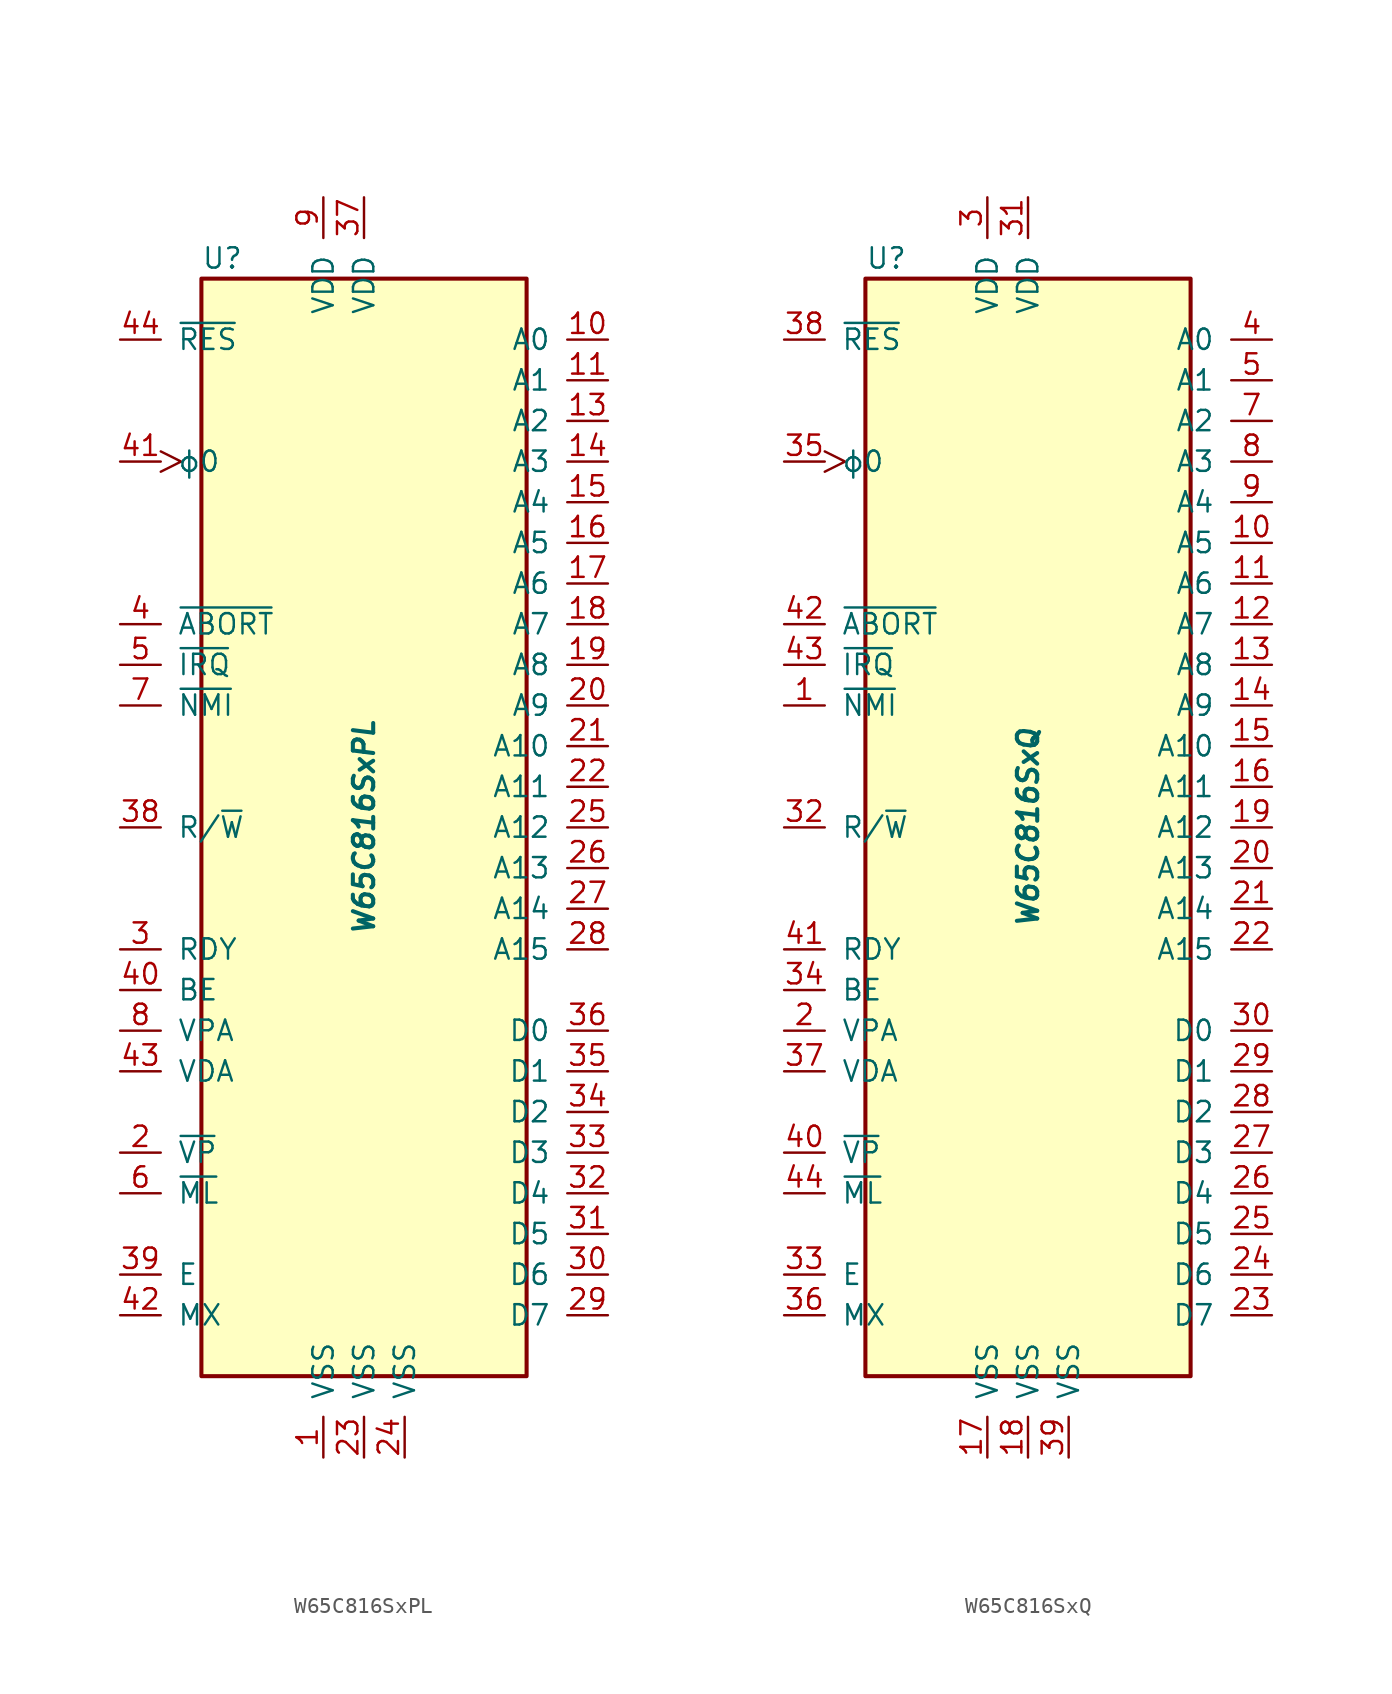
<source format=kicad_sym>
(kicad_symbol_lib
  (version 20211014)
  (generator kicad_symbol_editor)
  (symbol "W65C816SxPL"
    (pin_names
      (offset 1.016))
    (property "Reference" "U"
      (at -10.16 35.56 0)
      (effects (font (size 1.27 1.27)) (justify left)))
    (property "Value" "W65C816SxPL"
      (at 0 0 90)
      (effects (font (size 1.27 1.27) bold italic)))
    (symbol "W65C816SxPL_0_1"
      (rectangle (start -10.16 34.29) (end 10.16 -34.29) (stroke (width 0.254) (type default) (color 0 0 0 0)) (fill (type background))))
    (symbol "W65C816SxPL_1_1"
      (pin power_in line (at -2.54 -39.37 90) (length 2.54) (name "VSS" (effects (font (size 1.27 1.27)))) (number "1" (effects (font (size 1.27 1.27)))))
      (pin tri_state line (at 15.24 30.48 180) (length 2.54) (name "A0" (effects (font (size 1.27 1.27)))) (number "10" (effects (font (size 1.27 1.27)))))
      (pin tri_state line (at 15.24 27.94 180) (length 2.54) (name "A1" (effects (font (size 1.27 1.27)))) (number "11" (effects (font (size 1.27 1.27)))))
      (pin no_connect non_logic (at -10.16 -25.4 0) (length 2.54) hide (name "nc" (effects (font (size 1.27 1.27)))) (number "12" (effects (font (size 1.27 1.27)))))
      (pin tri_state line (at 15.24 25.4 180) (length 2.54) (name "A2" (effects (font (size 1.27 1.27)))) (number "13" (effects (font (size 1.27 1.27)))))
      (pin tri_state line (at 15.24 22.86 180) (length 2.54) (name "A3" (effects (font (size 1.27 1.27)))) (number "14" (effects (font (size 1.27 1.27)))))
      (pin tri_state line (at 15.24 20.32 180) (length 2.54) (name "A4" (effects (font (size 1.27 1.27)))) (number "15" (effects (font (size 1.27 1.27)))))
      (pin tri_state line (at 15.24 17.78 180) (length 2.54) (name "A5" (effects (font (size 1.27 1.27)))) (number "16" (effects (font (size 1.27 1.27)))))
      (pin tri_state line (at 15.24 15.24 180) (length 2.54) (name "A6" (effects (font (size 1.27 1.27)))) (number "17" (effects (font (size 1.27 1.27)))))
      (pin tri_state line (at 15.24 12.7 180) (length 2.54) (name "A7" (effects (font (size 1.27 1.27)))) (number "18" (effects (font (size 1.27 1.27)))))
      (pin tri_state line (at 15.24 10.16 180) (length 2.54) (name "A8" (effects (font (size 1.27 1.27)))) (number "19" (effects (font (size 1.27 1.27)))))
      (pin output line (at -15.24 -20.32 0) (length 2.54) (name "~{VP}" (effects (font (size 1.27 1.27)))) (number "2" (effects (font (size 1.27 1.27)))))
      (pin tri_state line (at 15.24 7.62 180) (length 2.54) (name "A9" (effects (font (size 1.27 1.27)))) (number "20" (effects (font (size 1.27 1.27)))))
      (pin tri_state line (at 15.24 5.08 180) (length 2.54) (name "A10" (effects (font (size 1.27 1.27)))) (number "21" (effects (font (size 1.27 1.27)))))
      (pin tri_state line (at 15.24 2.54 180) (length 2.54) (name "A11" (effects (font (size 1.27 1.27)))) (number "22" (effects (font (size 1.27 1.27)))))
      (pin power_in line (at 0 -39.37 90) (length 2.54) (name "VSS" (effects (font (size 1.27 1.27)))) (number "23" (effects (font (size 1.27 1.27)))))
      (pin power_in line (at 2.54 -39.37 90) (length 2.54) (name "VSS" (effects (font (size 1.27 1.27)))) (number "24" (effects (font (size 1.27 1.27)))))
      (pin tri_state line (at 15.24 0 180) (length 2.54) (name "A12" (effects (font (size 1.27 1.27)))) (number "25" (effects (font (size 1.27 1.27)))))
      (pin tri_state line (at 15.24 -2.54 180) (length 2.54) (name "A13" (effects (font (size 1.27 1.27)))) (number "26" (effects (font (size 1.27 1.27)))))
      (pin tri_state line (at 15.24 -5.08 180) (length 2.54) (name "A14" (effects (font (size 1.27 1.27)))) (number "27" (effects (font (size 1.27 1.27)))))
      (pin tri_state line (at 15.24 -7.62 180) (length 2.54) (name "A15" (effects (font (size 1.27 1.27)))) (number "28" (effects (font (size 1.27 1.27)))))
      (pin bidirectional line (at 15.24 -30.48 180) (length 2.54) (name "D7" (effects (font (size 1.27 1.27)))) (number "29" (effects (font (size 1.27 1.27)))))
      (pin open_collector line (at -15.24 -7.62 0) (length 2.54) (name "RDY" (effects (font (size 1.27 1.27)))) (number "3" (effects (font (size 1.27 1.27)))))
      (pin bidirectional line (at 15.24 -27.94 180) (length 2.54) (name "D6" (effects (font (size 1.27 1.27)))) (number "30" (effects (font (size 1.27 1.27)))))
      (pin bidirectional line (at 15.24 -25.4 180) (length 2.54) (name "D5" (effects (font (size 1.27 1.27)))) (number "31" (effects (font (size 1.27 1.27)))))
      (pin bidirectional line (at 15.24 -22.86 180) (length 2.54) (name "D4" (effects (font (size 1.27 1.27)))) (number "32" (effects (font (size 1.27 1.27)))))
      (pin bidirectional line (at 15.24 -20.32 180) (length 2.54) (name "D3" (effects (font (size 1.27 1.27)))) (number "33" (effects (font (size 1.27 1.27)))))
      (pin bidirectional line (at 15.24 -17.78 180) (length 2.54) (name "D2" (effects (font (size 1.27 1.27)))) (number "34" (effects (font (size 1.27 1.27)))))
      (pin bidirectional line (at 15.24 -15.24 180) (length 2.54) (name "D1" (effects (font (size 1.27 1.27)))) (number "35" (effects (font (size 1.27 1.27)))))
      (pin bidirectional line (at 15.24 -12.7 180) (length 2.54) (name "D0" (effects (font (size 1.27 1.27)))) (number "36" (effects (font (size 1.27 1.27)))))
      (pin power_in line (at 0 39.37 270) (length 2.54) (name "VDD" (effects (font (size 1.27 1.27)))) (number "37" (effects (font (size 1.27 1.27)))))
      (pin tri_state line (at -15.24 0 0) (length 2.54) (name "R/~{W}" (effects (font (size 1.27 1.27)))) (number "38" (effects (font (size 1.27 1.27)))))
      (pin output line (at -15.24 -27.94 0) (length 2.54) (name "E" (effects (font (size 1.27 1.27)))) (number "39" (effects (font (size 1.27 1.27)))))
      (pin input line (at -15.24 12.7 0) (length 2.54) (name "~{ABORT}" (effects (font (size 1.27 1.27)))) (number "4" (effects (font (size 1.27 1.27)))))
      (pin input line (at -15.24 -10.16 0) (length 2.54) (name "BE" (effects (font (size 1.27 1.27)))) (number "40" (effects (font (size 1.27 1.27)))))
      (pin input clock (at -15.24 22.86 0) (length 2.54) (name "ϕ0" (effects (font (size 1.27 1.27)))) (number "41" (effects (font (size 1.27 1.27)))))
      (pin output line (at -15.24 -30.48 0) (length 2.54) (name "MX" (effects (font (size 1.27 1.27)))) (number "42" (effects (font (size 1.27 1.27)))))
      (pin output line (at -15.24 -15.24 0) (length 2.54) (name "VDA" (effects (font (size 1.27 1.27)))) (number "43" (effects (font (size 1.27 1.27)))))
      (pin input line (at -15.24 30.48 0) (length 2.54) (name "~{RES}" (effects (font (size 1.27 1.27)))) (number "44" (effects (font (size 1.27 1.27)))))
      (pin input line (at -15.24 10.16 0) (length 2.54) (name "~{IRQ}" (effects (font (size 1.27 1.27)))) (number "5" (effects (font (size 1.27 1.27)))))
      (pin output line (at -15.24 -22.86 0) (length 2.54) (name "~{ML}" (effects (font (size 1.27 1.27)))) (number "6" (effects (font (size 1.27 1.27)))))
      (pin input line (at -15.24 7.62 0) (length 2.54) (name "~{NMI}" (effects (font (size 1.27 1.27)))) (number "7" (effects (font (size 1.27 1.27)))))
      (pin output line (at -15.24 -12.7 0) (length 2.54) (name "VPA" (effects (font (size 1.27 1.27)))) (number "8" (effects (font (size 1.27 1.27)))))
      (pin power_in line (at -2.54 39.37 270) (length 2.54) (name "VDD" (effects (font (size 1.27 1.27)))) (number "9" (effects (font (size 1.27 1.27)))))))
  (symbol "W65C816SxQ"
    (pin_names
      (offset 1.016))
    (property "Reference" "U"
      (at -10.16 35.56 0)
      (effects (font (size 1.27 1.27)) (justify left)))
    (property "Value" "W65C816SxQ"
      (at 0 0 90)
      (effects (font (size 1.27 1.27) bold italic)))
    (symbol "W65C816SxQ_0_1"
      (rectangle (start -10.16 34.29) (end 10.16 -34.29) (stroke (width 0.254) (type default) (color 0 0 0 0)) (fill (type background))))
    (symbol "W65C816SxQ_1_1"
      (pin input line (at -15.24 7.62 0) (length 2.54) (name "~{NMI}" (effects (font (size 1.27 1.27)))) (number "1" (effects (font (size 1.27 1.27)))))
      (pin tri_state line (at 15.24 17.78 180) (length 2.54) (name "A5" (effects (font (size 1.27 1.27)))) (number "10" (effects (font (size 1.27 1.27)))))
      (pin tri_state line (at 15.24 15.24 180) (length 2.54) (name "A6" (effects (font (size 1.27 1.27)))) (number "11" (effects (font (size 1.27 1.27)))))
      (pin tri_state line (at 15.24 12.7 180) (length 2.54) (name "A7" (effects (font (size 1.27 1.27)))) (number "12" (effects (font (size 1.27 1.27)))))
      (pin tri_state line (at 15.24 10.16 180) (length 2.54) (name "A8" (effects (font (size 1.27 1.27)))) (number "13" (effects (font (size 1.27 1.27)))))
      (pin tri_state line (at 15.24 7.62 180) (length 2.54) (name "A9" (effects (font (size 1.27 1.27)))) (number "14" (effects (font (size 1.27 1.27)))))
      (pin tri_state line (at 15.24 5.08 180) (length 2.54) (name "A10" (effects (font (size 1.27 1.27)))) (number "15" (effects (font (size 1.27 1.27)))))
      (pin tri_state line (at 15.24 2.54 180) (length 2.54) (name "A11" (effects (font (size 1.27 1.27)))) (number "16" (effects (font (size 1.27 1.27)))))
      (pin power_in line (at -2.54 -39.37 90) (length 2.54) (name "VSS" (effects (font (size 1.27 1.27)))) (number "17" (effects (font (size 1.27 1.27)))))
      (pin power_in line (at 0 -39.37 90) (length 2.54) (name "VSS" (effects (font (size 1.27 1.27)))) (number "18" (effects (font (size 1.27 1.27)))))
      (pin tri_state line (at 15.24 0 180) (length 2.54) (name "A12" (effects (font (size 1.27 1.27)))) (number "19" (effects (font (size 1.27 1.27)))))
      (pin output line (at -15.24 -12.7 0) (length 2.54) (name "VPA" (effects (font (size 1.27 1.27)))) (number "2" (effects (font (size 1.27 1.27)))))
      (pin tri_state line (at 15.24 -2.54 180) (length 2.54) (name "A13" (effects (font (size 1.27 1.27)))) (number "20" (effects (font (size 1.27 1.27)))))
      (pin tri_state line (at 15.24 -5.08 180) (length 2.54) (name "A14" (effects (font (size 1.27 1.27)))) (number "21" (effects (font (size 1.27 1.27)))))
      (pin tri_state line (at 15.24 -7.62 180) (length 2.54) (name "A15" (effects (font (size 1.27 1.27)))) (number "22" (effects (font (size 1.27 1.27)))))
      (pin bidirectional line (at 15.24 -30.48 180) (length 2.54) (name "D7" (effects (font (size 1.27 1.27)))) (number "23" (effects (font (size 1.27 1.27)))))
      (pin bidirectional line (at 15.24 -27.94 180) (length 2.54) (name "D6" (effects (font (size 1.27 1.27)))) (number "24" (effects (font (size 1.27 1.27)))))
      (pin bidirectional line (at 15.24 -25.4 180) (length 2.54) (name "D5" (effects (font (size 1.27 1.27)))) (number "25" (effects (font (size 1.27 1.27)))))
      (pin bidirectional line (at 15.24 -22.86 180) (length 2.54) (name "D4" (effects (font (size 1.27 1.27)))) (number "26" (effects (font (size 1.27 1.27)))))
      (pin bidirectional line (at 15.24 -20.32 180) (length 2.54) (name "D3" (effects (font (size 1.27 1.27)))) (number "27" (effects (font (size 1.27 1.27)))))
      (pin bidirectional line (at 15.24 -17.78 180) (length 2.54) (name "D2" (effects (font (size 1.27 1.27)))) (number "28" (effects (font (size 1.27 1.27)))))
      (pin bidirectional line (at 15.24 -15.24 180) (length 2.54) (name "D1" (effects (font (size 1.27 1.27)))) (number "29" (effects (font (size 1.27 1.27)))))
      (pin power_in line (at -2.54 39.37 270) (length 2.54) (name "VDD" (effects (font (size 1.27 1.27)))) (number "3" (effects (font (size 1.27 1.27)))))
      (pin bidirectional line (at 15.24 -12.7 180) (length 2.54) (name "D0" (effects (font (size 1.27 1.27)))) (number "30" (effects (font (size 1.27 1.27)))))
      (pin power_in line (at 0 39.37 270) (length 2.54) (name "VDD" (effects (font (size 1.27 1.27)))) (number "31" (effects (font (size 1.27 1.27)))))
      (pin tri_state line (at -15.24 0 0) (length 2.54) (name "R/~{W}" (effects (font (size 1.27 1.27)))) (number "32" (effects (font (size 1.27 1.27)))))
      (pin output line (at -15.24 -27.94 0) (length 2.54) (name "E" (effects (font (size 1.27 1.27)))) (number "33" (effects (font (size 1.27 1.27)))))
      (pin input line (at -15.24 -10.16 0) (length 2.54) (name "BE" (effects (font (size 1.27 1.27)))) (number "34" (effects (font (size 1.27 1.27)))))
      (pin input clock (at -15.24 22.86 0) (length 2.54) (name "ϕ0" (effects (font (size 1.27 1.27)))) (number "35" (effects (font (size 1.27 1.27)))))
      (pin output line (at -15.24 -30.48 0) (length 2.54) (name "MX" (effects (font (size 1.27 1.27)))) (number "36" (effects (font (size 1.27 1.27)))))
      (pin output line (at -15.24 -15.24 0) (length 2.54) (name "VDA" (effects (font (size 1.27 1.27)))) (number "37" (effects (font (size 1.27 1.27)))))
      (pin input line (at -15.24 30.48 0) (length 2.54) (name "~{RES}" (effects (font (size 1.27 1.27)))) (number "38" (effects (font (size 1.27 1.27)))))
      (pin power_in line (at 2.54 -39.37 90) (length 2.54) (name "VSS" (effects (font (size 1.27 1.27)))) (number "39" (effects (font (size 1.27 1.27)))))
      (pin tri_state line (at 15.24 30.48 180) (length 2.54) (name "A0" (effects (font (size 1.27 1.27)))) (number "4" (effects (font (size 1.27 1.27)))))
      (pin output line (at -15.24 -20.32 0) (length 2.54) (name "~{VP}" (effects (font (size 1.27 1.27)))) (number "40" (effects (font (size 1.27 1.27)))))
      (pin open_collector line (at -15.24 -7.62 0) (length 2.54) (name "RDY" (effects (font (size 1.27 1.27)))) (number "41" (effects (font (size 1.27 1.27)))))
      (pin input line (at -15.24 12.7 0) (length 2.54) (name "~{ABORT}" (effects (font (size 1.27 1.27)))) (number "42" (effects (font (size 1.27 1.27)))))
      (pin input line (at -15.24 10.16 0) (length 2.54) (name "~{IRQ}" (effects (font (size 1.27 1.27)))) (number "43" (effects (font (size 1.27 1.27)))))
      (pin output line (at -15.24 -22.86 0) (length 2.54) (name "~{ML}" (effects (font (size 1.27 1.27)))) (number "44" (effects (font (size 1.27 1.27)))))
      (pin tri_state line (at 15.24 27.94 180) (length 2.54) (name "A1" (effects (font (size 1.27 1.27)))) (number "5" (effects (font (size 1.27 1.27)))))
      (pin no_connect non_logic (at -10.16 -25.4 0) (length 2.54) hide (name "nc" (effects (font (size 1.27 1.27)))) (number "6" (effects (font (size 1.27 1.27)))))
      (pin tri_state line (at 15.24 25.4 180) (length 2.54) (name "A2" (effects (font (size 1.27 1.27)))) (number "7" (effects (font (size 1.27 1.27)))))
      (pin tri_state line (at 15.24 22.86 180) (length 2.54) (name "A3" (effects (font (size 1.27 1.27)))) (number "8" (effects (font (size 1.27 1.27)))))
      (pin tri_state line (at 15.24 20.32 180) (length 2.54) (name "A4" (effects (font (size 1.27 1.27)))) (number "9" (effects (font (size 1.27 1.27))))))))
</source>
